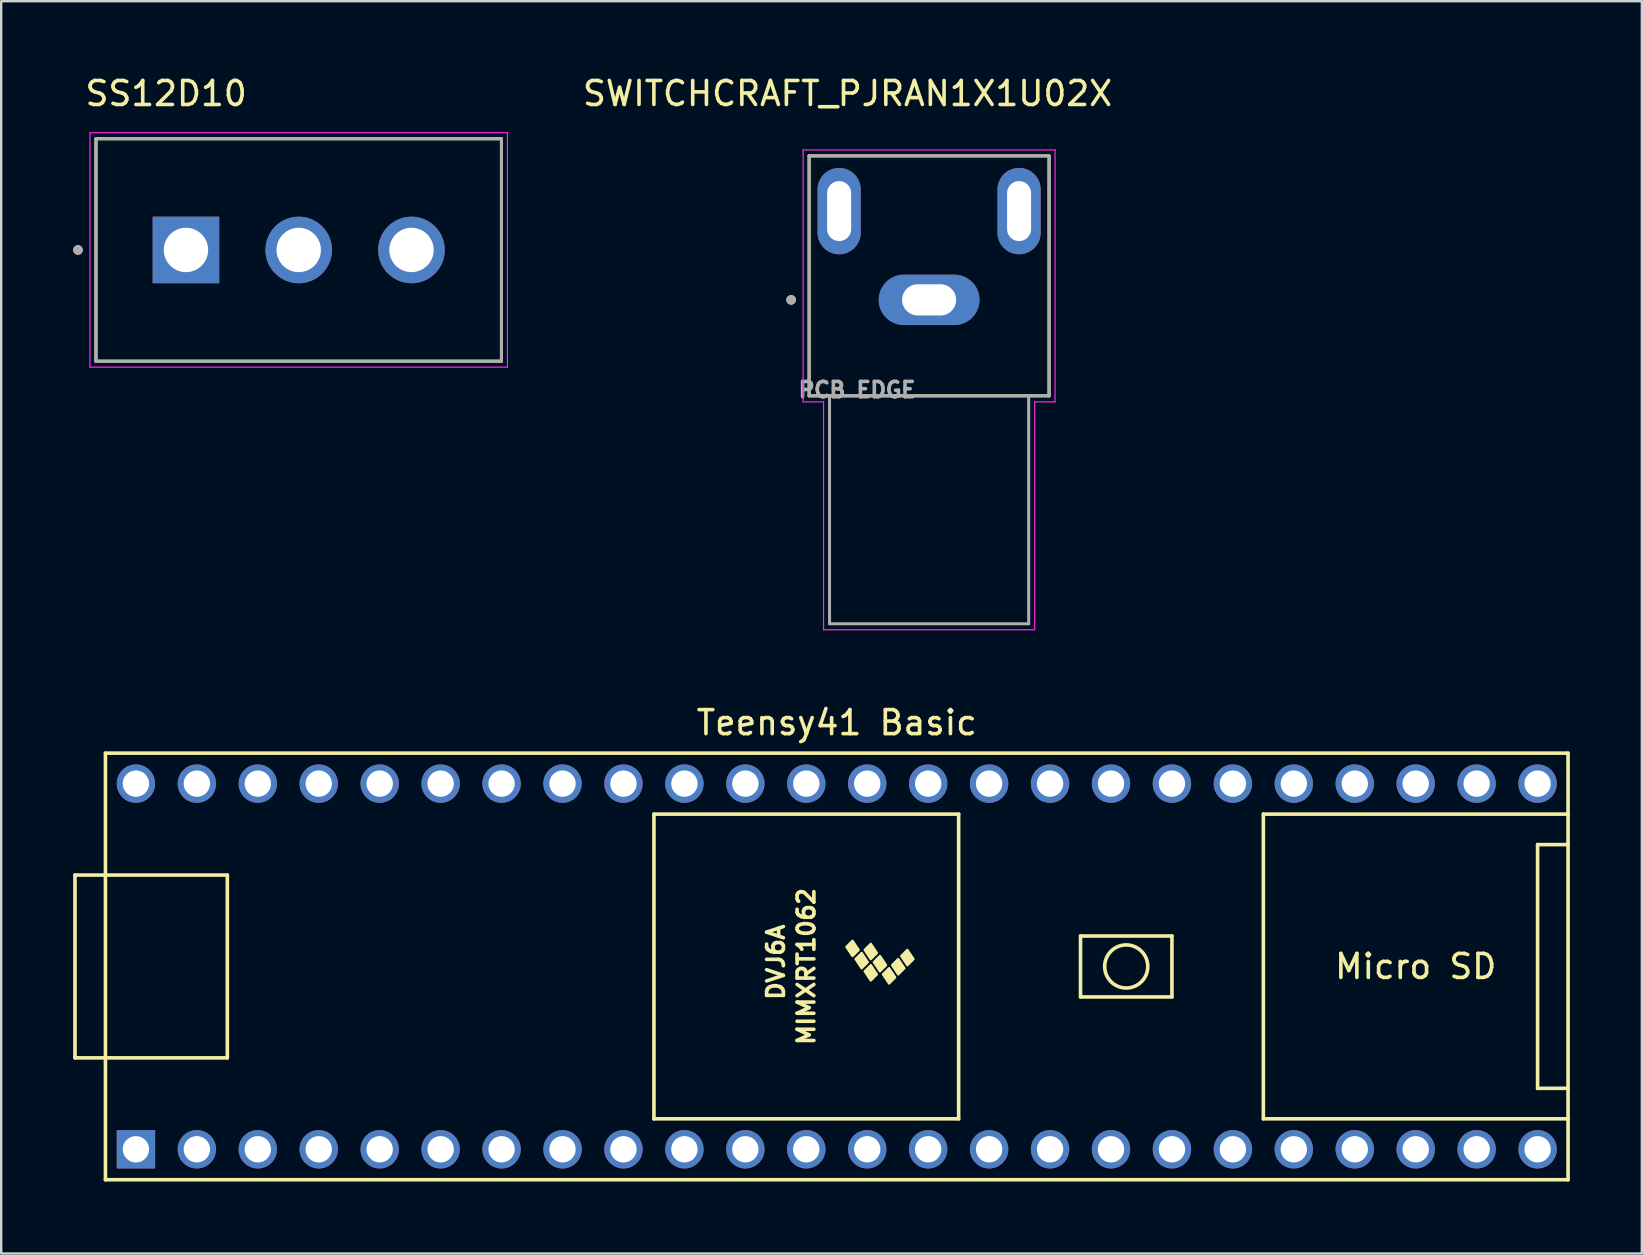
<source format=kicad_pcb>
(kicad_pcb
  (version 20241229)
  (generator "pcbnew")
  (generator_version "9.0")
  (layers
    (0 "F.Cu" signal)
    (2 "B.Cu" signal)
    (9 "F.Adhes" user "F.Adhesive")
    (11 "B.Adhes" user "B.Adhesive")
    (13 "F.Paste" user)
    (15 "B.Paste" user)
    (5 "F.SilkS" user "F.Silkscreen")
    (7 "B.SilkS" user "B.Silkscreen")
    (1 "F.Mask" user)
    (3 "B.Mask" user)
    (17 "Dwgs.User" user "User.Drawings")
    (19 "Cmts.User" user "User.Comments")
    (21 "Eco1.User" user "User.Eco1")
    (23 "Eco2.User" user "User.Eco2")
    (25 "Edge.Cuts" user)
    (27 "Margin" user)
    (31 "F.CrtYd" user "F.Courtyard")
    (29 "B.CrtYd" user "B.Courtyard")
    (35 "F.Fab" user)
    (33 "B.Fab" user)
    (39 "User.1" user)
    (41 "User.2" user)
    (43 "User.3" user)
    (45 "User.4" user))
  (footprint "SWITCHCRAFT_PJRAN1X1U02X"
    (layer "F.Cu")
    (at 35.674 9.448)
    (property "Reference" "SWITCHCRAFT_PJRAN1X1U02X" (at -3.4 -8.6 0) (layer "F.SilkS") (effects (font (size 1 1) (thickness 0.15))))
    (attr through_hole)
    (fp_line (start -5 -6) (end -5 4) (stroke (width 0.127) (type solid)) (layer "F.SilkS"))
    (fp_line (start -5 4) (end 5 4) (stroke (width 0.127) (type solid)) (layer "F.SilkS"))
    (fp_line (start 5 -6) (end -5 -6) (stroke (width 0.127) (type solid)) (layer "F.SilkS"))
    (fp_line (start 5 4) (end 5 -6) (stroke (width 0.127) (type solid)) (layer "F.SilkS"))
    (fp_circle (center -5.75 0) (end -5.65 0) (stroke (width 0.2) (type solid)) (fill no) (layer "F.SilkS"))
    (fp_line (start -5.25 -6.25) (end -5.25 4.25) (stroke (width 0.05) (type solid)) (layer "F.CrtYd"))
    (fp_line (start -5.25 4.25) (end -4.4 4.25) (stroke (width 0.05) (type solid)) (layer "F.CrtYd"))
    (fp_line (start -4.4 4.25) (end -4.4 13.75) (stroke (width 0.05) (type solid)) (layer "F.CrtYd"))
    (fp_line (start -4.4 13.75) (end 4.4 13.75) (stroke (width 0.05) (type solid)) (layer "F.CrtYd"))
    (fp_line (start 4.4 4.25) (end 5.25 4.25) (stroke (width 0.05) (type solid)) (layer "F.CrtYd"))
    (fp_line (start 4.4 13.75) (end 4.4 4.25) (stroke (width 0.05) (type solid)) (layer "F.CrtYd"))
    (fp_line (start 5.25 -6.25) (end -5.25 -6.25) (stroke (width 0.05) (type solid)) (layer "F.CrtYd"))
    (fp_line (start 5.25 4.25) (end 5.25 -6.25) (stroke (width 0.05) (type solid)) (layer "F.CrtYd"))
    (fp_line (start -5 -6) (end -5 4) (stroke (width 0.127) (type solid)) (layer "F.Fab"))
    (fp_line (start -5 4) (end -4.15 4) (stroke (width 0.127) (type solid)) (layer "F.Fab"))
    (fp_line (start -4.15 4) (end -4.15 13.5) (stroke (width 0.127) (type solid)) (layer "F.Fab"))
    (fp_line (start -4.15 4) (end 4.15 4) (stroke (width 0.127) (type solid)) (layer "F.Fab"))
    (fp_line (start -4.15 13.5) (end 4.15 13.5) (stroke (width 0.127) (type solid)) (layer "F.Fab"))
    (fp_line (start 4.15 4) (end 5 4) (stroke (width 0.127) (type solid)) (layer "F.Fab"))
    (fp_line (start 4.15 13.5) (end 4.15 4) (stroke (width 0.127) (type solid)) (layer "F.Fab"))
    (fp_line (start 5 -6) (end -5 -6) (stroke (width 0.127) (type solid)) (layer "F.Fab"))
    (fp_line (start 5 4) (end 5 -6) (stroke (width 0.127) (type solid)) (layer "F.Fab"))
    (fp_circle (center -5.75 0) (end -5.65 0) (stroke (width 0.2) (type solid)) (fill no) (layer "F.Fab"))
    (fp_text user "PCB EDGE" (at -3 3.75 0) (layer "F.Fab") (effects (font (size 0.64 0.64) (thickness 0.15))))
    (pad "1" thru_hole oval (at 0 0) (size 4.2 2.1) (drill oval 2.25 1.3) (layers "*.Cu" "*.Mask"))
    (pad "2" thru_hole oval (at -3.75 -3.7) (size 1.8 3.6) (drill oval 1 2.5) (layers "*.Cu" "*.Mask"))
    (pad "2" thru_hole oval (at 3.75 -3.7) (size 1.8 3.6) (drill oval 1 2.5) (layers "*.Cu" "*.Mask")))
  (footprint "Teensy41 Basic"
    (layer "F.Cu")
    (at 31.825 37.231)
    (property "Reference" "Teensy41 Basic" (at 0 -10.16 0) (layer "F.SilkS") (effects (font (size 1 1) (thickness 0.15))))
    (attr through_hole)
    (fp_line (start -31.75 -3.81) (end -30.48 -3.81) (stroke (width 0.15) (type solid)) (layer "F.SilkS"))
    (fp_line (start -31.75 3.81) (end -31.75 -3.81) (stroke (width 0.15) (type solid)) (layer "F.SilkS"))
    (fp_line (start -30.48 -8.89) (end 30.48 -8.89) (stroke (width 0.15) (type solid)) (layer "F.SilkS"))
    (fp_line (start -30.48 3.81) (end -31.75 3.81) (stroke (width 0.15) (type solid)) (layer "F.SilkS"))
    (fp_line (start -30.48 8.89) (end -30.48 -8.89) (stroke (width 0.15) (type solid)) (layer "F.SilkS"))
    (fp_line (start -25.4 -3.81) (end -30.48 -3.81) (stroke (width 0.15) (type solid)) (layer "F.SilkS"))
    (fp_line (start -25.4 3.81) (end -30.48 3.81) (stroke (width 0.15) (type solid)) (layer "F.SilkS"))
    (fp_line (start -25.4 3.81) (end -25.4 -3.81) (stroke (width 0.15) (type solid)) (layer "F.SilkS"))
    (fp_line (start -7.62 -6.35) (end -7.62 6.35) (stroke (width 0.15) (type solid)) (layer "F.SilkS"))
    (fp_line (start -7.62 6.35) (end 5.08 6.35) (stroke (width 0.15) (type solid)) (layer "F.SilkS"))
    (fp_line (start 5.08 -6.35) (end -7.62 -6.35) (stroke (width 0.15) (type solid)) (layer "F.SilkS"))
    (fp_line (start 5.08 6.35) (end 5.08 -6.35) (stroke (width 0.15) (type solid)) (layer "F.SilkS"))
    (fp_line (start 10.16 -1.27) (end 13.97 -1.27) (stroke (width 0.15) (type solid)) (layer "F.SilkS"))
    (fp_line (start 10.16 1.27) (end 10.16 -1.27) (stroke (width 0.15) (type solid)) (layer "F.SilkS"))
    (fp_line (start 13.97 -1.27) (end 13.97 1.27) (stroke (width 0.15) (type solid)) (layer "F.SilkS"))
    (fp_line (start 13.97 1.27) (end 10.16 1.27) (stroke (width 0.15) (type solid)) (layer "F.SilkS"))
    (fp_line (start 17.78 -6.35) (end 17.78 6.35) (stroke (width 0.15) (type solid)) (layer "F.SilkS"))
    (fp_line (start 17.78 6.35) (end 30.48 6.35) (stroke (width 0.15) (type solid)) (layer "F.SilkS"))
    (fp_line (start 29.21 -5.08) (end 29.21 5.08) (stroke (width 0.15) (type solid)) (layer "F.SilkS"))
    (fp_line (start 29.21 5.08) (end 30.48 5.08) (stroke (width 0.15) (type solid)) (layer "F.SilkS"))
    (fp_line (start 30.48 -8.89) (end 30.48 8.89) (stroke (width 0.15) (type solid)) (layer "F.SilkS"))
    (fp_line (start 30.48 -6.35) (end 17.78 -6.35) (stroke (width 0.15) (type solid)) (layer "F.SilkS"))
    (fp_line (start 30.48 -5.08) (end 29.21 -5.08) (stroke (width 0.15) (type solid)) (layer "F.SilkS"))
    (fp_line (start 30.48 8.89) (end -30.48 8.89) (stroke (width 0.15) (type solid)) (layer "F.SilkS"))
    (fp_circle (center 12.065 0) (end 12.7 -0.635) (stroke (width 0.15) (type solid)) (fill no) (layer "F.SilkS"))
    (fp_poly (pts (xy 0.911 -0.688) (xy 0.657 -0.434) (xy 0.403 -0.815) (xy 0.657 -1.069)) (stroke (width 0.1) (type solid)) (fill yes) (layer "F.SilkS"))
    (fp_poly (pts (xy 1.292 -0.18) (xy 1.038 0.074) (xy 0.784 -0.307) (xy 1.038 -0.561)) (stroke (width 0.1) (type solid)) (fill yes) (layer "F.SilkS"))
    (fp_poly (pts (xy 1.673 -0.561) (xy 1.419 -0.307) (xy 1.165 -0.688) (xy 1.419 -0.942)) (stroke (width 0.1) (type solid)) (fill yes) (layer "F.SilkS"))
    (fp_poly (pts (xy 1.673 0.328) (xy 1.419 0.582) (xy 1.165 0.201) (xy 1.419 -0.053)) (stroke (width 0.1) (type solid)) (fill yes) (layer "F.SilkS"))
    (fp_poly (pts (xy 2.054 -0.053) (xy 1.8 0.201) (xy 1.546 -0.18) (xy 1.8 -0.434)) (stroke (width 0.1) (type solid)) (fill yes) (layer "F.SilkS"))
    (fp_poly (pts (xy 2.435 0.455) (xy 2.181 0.709) (xy 1.927 0.328) (xy 2.181 0.074)) (stroke (width 0.1) (type solid)) (fill yes) (layer "F.SilkS"))
    (fp_poly (pts (xy 2.816 0.074) (xy 2.562 0.328) (xy 2.308 -0.053) (xy 2.562 -0.307)) (stroke (width 0.1) (type solid)) (fill yes) (layer "F.SilkS"))
    (fp_poly (pts (xy 3.197 -0.307) (xy 2.943 -0.053) (xy 2.689 -0.434) (xy 2.943 -0.688)) (stroke (width 0.1) (type solid)) (fill yes) (layer "F.SilkS"))
    (fp_text user "DVJ6A" (at -2.54 -0.18 270) (layer "F.SilkS") (effects (font (size 0.7 0.7) (thickness 0.15))))
    (fp_text user "Micro SD" (at 24.13 0 0) (layer "F.SilkS") (effects (font (size 1 1) (thickness 0.15))))
    (fp_text user "MIMXRT1062" (at -1.27 0 270) (layer "F.SilkS") (effects (font (size 0.7 0.7) (thickness 0.15))))
    (pad "1" thru_hole rect (at -29.21 7.62) (size 1.6 1.6) (drill 1.1) (layers "*.Cu" "*.Mask"))
    (pad "2" thru_hole circle (at -26.67 7.62) (size 1.6 1.6) (drill 1.1) (layers "*.Cu" "*.Mask"))
    (pad "3" thru_hole circle (at -24.13 7.62) (size 1.6 1.6) (drill 1.1) (layers "*.Cu" "*.Mask"))
    (pad "4" thru_hole circle (at -21.59 7.62) (size 1.6 1.6) (drill 1.1) (layers "*.Cu" "*.Mask"))
    (pad "5" thru_hole circle (at -19.05 7.62) (size 1.6 1.6) (drill 1.1) (layers "*.Cu" "*.Mask"))
    (pad "6" thru_hole circle (at -16.51 7.62) (size 1.6 1.6) (drill 1.1) (layers "*.Cu" "*.Mask"))
    (pad "7" thru_hole circle (at -13.97 7.62) (size 1.6 1.6) (drill 1.1) (layers "*.Cu" "*.Mask"))
    (pad "8" thru_hole circle (at -11.43 7.62) (size 1.6 1.6) (drill 1.1) (layers "*.Cu" "*.Mask"))
    (pad "9" thru_hole circle (at -8.89 7.62) (size 1.6 1.6) (drill 1.1) (layers "*.Cu" "*.Mask"))
    (pad "10" thru_hole circle (at -6.35 7.62) (size 1.6 1.6) (drill 1.1) (layers "*.Cu" "*.Mask"))
    (pad "11" thru_hole circle (at -3.81 7.62) (size 1.6 1.6) (drill 1.1) (layers "*.Cu" "*.Mask"))
    (pad "12" thru_hole circle (at -1.27 7.62) (size 1.6 1.6) (drill 1.1) (layers "*.Cu" "*.Mask"))
    (pad "13" thru_hole circle (at 1.27 7.62) (size 1.6 1.6) (drill 1.1) (layers "*.Cu" "*.Mask"))
    (pad "14" thru_hole circle (at 3.81 7.62) (size 1.6 1.6) (drill 1.1) (layers "*.Cu" "*.Mask"))
    (pad "15" thru_hole circle (at 6.35 7.62) (size 1.6 1.6) (drill 1.1) (layers "*.Cu" "*.Mask"))
    (pad "16" thru_hole circle (at 8.89 7.62) (size 1.6 1.6) (drill 1.1) (layers "*.Cu" "*.Mask"))
    (pad "17" thru_hole circle (at 11.43 7.62) (size 1.6 1.6) (drill 1.1) (layers "*.Cu" "*.Mask"))
    (pad "18" thru_hole circle (at 13.97 7.62) (size 1.6 1.6) (drill 1.1) (layers "*.Cu" "*.Mask"))
    (pad "19" thru_hole circle (at 16.51 7.62) (size 1.6 1.6) (drill 1.1) (layers "*.Cu" "*.Mask"))
    (pad "20" thru_hole circle (at 19.05 7.62) (size 1.6 1.6) (drill 1.1) (layers "*.Cu" "*.Mask"))
    (pad "21" thru_hole circle (at 21.59 7.62) (size 1.6 1.6) (drill 1.1) (layers "*.Cu" "*.Mask"))
    (pad "22" thru_hole circle (at 24.13 7.62) (size 1.6 1.6) (drill 1.1) (layers "*.Cu" "*.Mask"))
    (pad "23" thru_hole circle (at 26.67 7.62) (size 1.6 1.6) (drill 1.1) (layers "*.Cu" "*.Mask"))
    (pad "24" thru_hole circle (at 29.21 7.62) (size 1.6 1.6) (drill 1.1) (layers "*.Cu" "*.Mask"))
    (pad "25" thru_hole circle (at 29.21 -7.62) (size 1.6 1.6) (drill 1.1) (layers "*.Cu" "*.Mask"))
    (pad "26" thru_hole circle (at 26.67 -7.62) (size 1.6 1.6) (drill 1.1) (layers "*.Cu" "*.Mask"))
    (pad "27" thru_hole circle (at 24.13 -7.62) (size 1.6 1.6) (drill 1.1) (layers "*.Cu" "*.Mask"))
    (pad "28" thru_hole circle (at 21.59 -7.62) (size 1.6 1.6) (drill 1.1) (layers "*.Cu" "*.Mask"))
    (pad "29" thru_hole circle (at 19.05 -7.62) (size 1.6 1.6) (drill 1.1) (layers "*.Cu" "*.Mask"))
    (pad "30" thru_hole circle (at 16.51 -7.62) (size 1.6 1.6) (drill 1.1) (layers "*.Cu" "*.Mask"))
    (pad "31" thru_hole circle (at 13.97 -7.62) (size 1.6 1.6) (drill 1.1) (layers "*.Cu" "*.Mask"))
    (pad "32" thru_hole circle (at 11.43 -7.62) (size 1.6 1.6) (drill 1.1) (layers "*.Cu" "*.Mask"))
    (pad "33" thru_hole circle (at 8.89 -7.62) (size 1.6 1.6) (drill 1.1) (layers "*.Cu" "*.Mask"))
    (pad "34" thru_hole circle (at 6.35 -7.62) (size 1.6 1.6) (drill 1.1) (layers "*.Cu" "*.Mask"))
    (pad "35" thru_hole circle (at 3.81 -7.62) (size 1.6 1.6) (drill 1.1) (layers "*.Cu" "*.Mask"))
    (pad "36" thru_hole circle (at 1.27 -7.62) (size 1.6 1.6) (drill 1.1) (layers "*.Cu" "*.Mask"))
    (pad "37" thru_hole circle (at -1.27 -7.62) (size 1.6 1.6) (drill 1.1) (layers "*.Cu" "*.Mask"))
    (pad "38" thru_hole circle (at -3.81 -7.62) (size 1.6 1.6) (drill 1.1) (layers "*.Cu" "*.Mask"))
    (pad "39" thru_hole circle (at -6.35 -7.62) (size 1.6 1.6) (drill 1.1) (layers "*.Cu" "*.Mask"))
    (pad "40" thru_hole circle (at -8.89 -7.62) (size 1.6 1.6) (drill 1.1) (layers "*.Cu" "*.Mask"))
    (pad "41" thru_hole circle (at -11.43 -7.62) (size 1.6 1.6) (drill 1.1) (layers "*.Cu" "*.Mask"))
    (pad "42" thru_hole circle (at -13.97 -7.62) (size 1.6 1.6) (drill 1.1) (layers "*.Cu" "*.Mask"))
    (pad "43" thru_hole circle (at -16.51 -7.62) (size 1.6 1.6) (drill 1.1) (layers "*.Cu" "*.Mask"))
    (pad "44" thru_hole circle (at -19.05 -7.62) (size 1.6 1.6) (drill 1.1) (layers "*.Cu" "*.Mask"))
    (pad "45" thru_hole circle (at -21.59 -7.62) (size 1.6 1.6) (drill 1.1) (layers "*.Cu" "*.Mask"))
    (pad "46" thru_hole circle (at -24.13 -7.62) (size 1.6 1.6) (drill 1.1) (layers "*.Cu" "*.Mask"))
    (pad "47" thru_hole circle (at -26.67 -7.62) (size 1.6 1.6) (drill 1.1) (layers "*.Cu" "*.Mask"))
    (pad "48" thru_hole circle (at -29.21 -7.62) (size 1.6 1.6) (drill 1.1) (layers "*.Cu" "*.Mask")))
  (footprint "SS12D10"
    (layer "F.Cu")
    (at 9.4 7.368)
    (property "Reference" "SS12D10" (at -5.525 -6.52 0) (layer "F.SilkS") (effects (font (size 1 1) (thickness 0.15))))
    (attr through_hole)
    (fp_line (start -8.45 -4.635) (end -8.45 4.635) (stroke (width 0.127) (type solid)) (layer "F.SilkS"))
    (fp_line (start -8.45 4.635) (end 8.45 4.635) (stroke (width 0.127) (type solid)) (layer "F.SilkS"))
    (fp_line (start 8.45 -4.635) (end -8.45 -4.635) (stroke (width 0.127) (type solid)) (layer "F.SilkS"))
    (fp_line (start 8.45 4.635) (end 8.45 -4.635) (stroke (width 0.127) (type solid)) (layer "F.SilkS"))
    (fp_circle (center -9.2 0) (end -9.1 0) (stroke (width 0.2) (type solid)) (fill no) (layer "F.SilkS"))
    (fp_line (start -8.7 -4.885) (end -8.7 4.885) (stroke (width 0.05) (type solid)) (layer "F.CrtYd"))
    (fp_line (start -8.7 4.885) (end 8.7 4.885) (stroke (width 0.05) (type solid)) (layer "F.CrtYd"))
    (fp_line (start 8.7 -4.885) (end -8.7 -4.885) (stroke (width 0.05) (type solid)) (layer "F.CrtYd"))
    (fp_line (start 8.7 4.885) (end 8.7 -4.885) (stroke (width 0.05) (type solid)) (layer "F.CrtYd"))
    (fp_line (start -8.45 -4.635) (end -8.45 4.635) (stroke (width 0.127) (type solid)) (layer "F.Fab"))
    (fp_line (start -8.45 4.635) (end 8.45 4.635) (stroke (width 0.127) (type solid)) (layer "F.Fab"))
    (fp_line (start 8.45 -4.635) (end -8.45 -4.635) (stroke (width 0.127) (type solid)) (layer "F.Fab"))
    (fp_line (start 8.45 4.635) (end 8.45 -4.635) (stroke (width 0.127) (type solid)) (layer "F.Fab"))
    (fp_circle (center -9.2 0) (end -9.1 0) (stroke (width 0.2) (type solid)) (fill no) (layer "F.Fab"))
    (pad "1" thru_hole rect (at -4.7 0) (size 2.775 2.775) (drill 1.85) (layers "*.Cu" "*.Mask"))
    (pad "2" thru_hole circle (at 0 0) (size 2.775 2.775) (drill 1.85) (layers "*.Cu" "*.Mask"))
    (pad "3" thru_hole circle (at 4.7 0) (size 2.775 2.775) (drill 1.85) (layers "*.Cu" "*.Mask")))
  (gr_rect
    (start -3 -3)
    (end 65.38 49.197)
    (stroke (width 0.1) (type default))
    (fill no)
    (layer "Edge.Cuts")))
</source>
